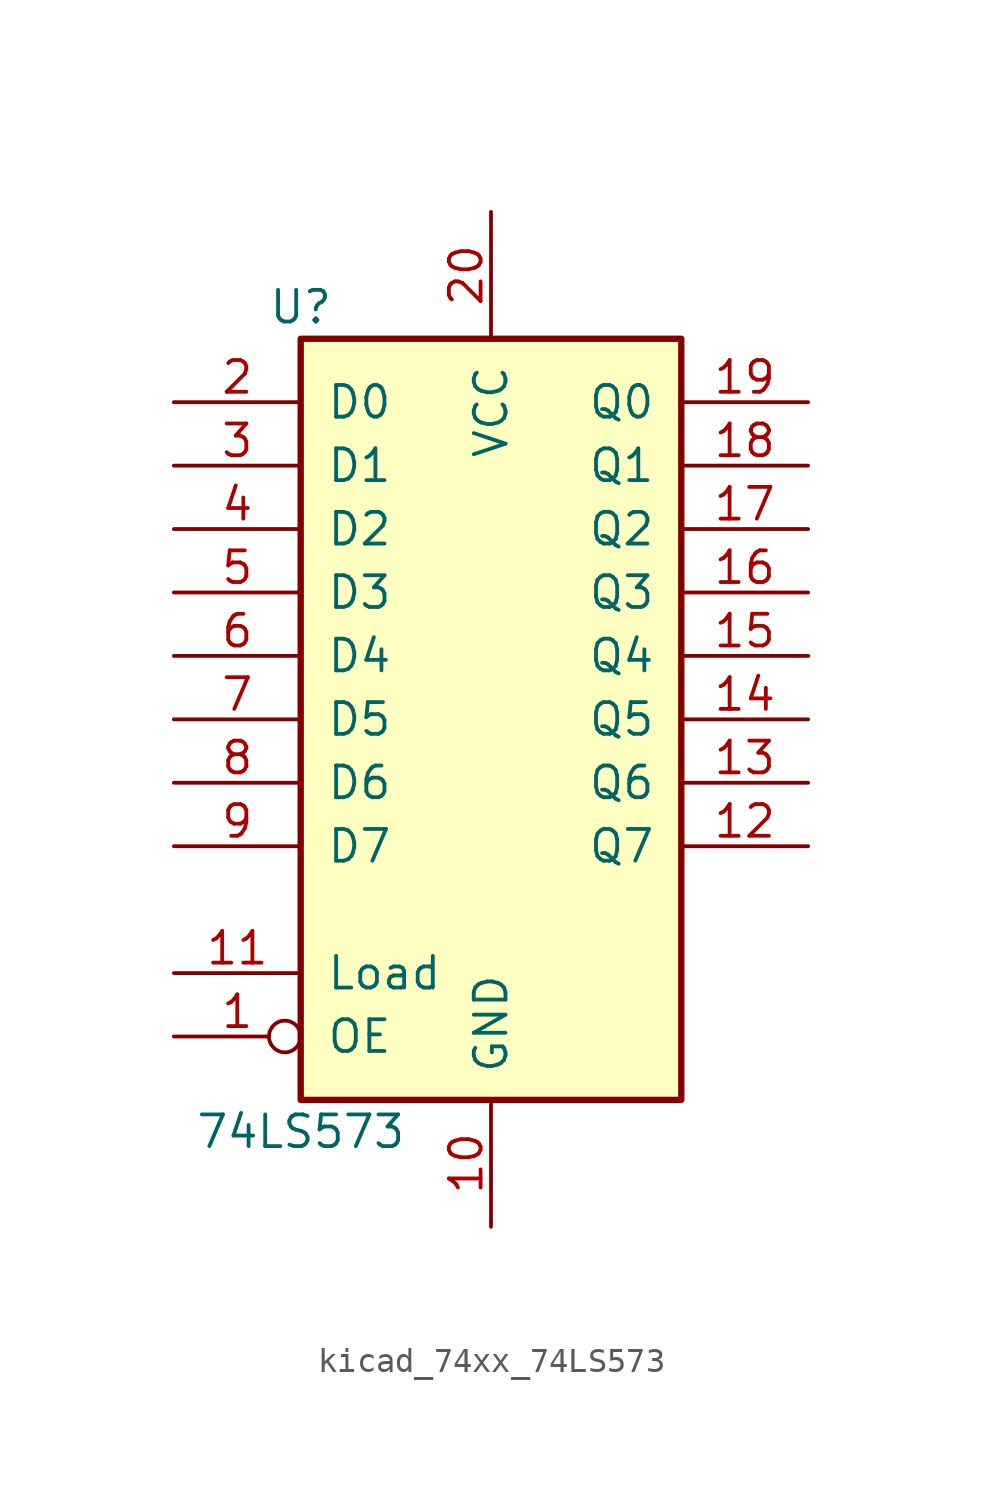
<source format=kicad_sym>
(kicad_symbol_lib
  (version 20220914)
  (generator kicad_symbol_editor)
  (symbol "kicad_74xx_74LS573"
    (pin_names
      (offset 1.016))
    (property "Reference" "U"
      (at -7.62 16.51 0)
      (effects (font (size 1.27 1.27))))
    (property "Value" "74LS573"
      (at -7.62 -16.51 0)
      (effects (font (size 1.27 1.27))))
    (property "ki_locked" ""
      (at 0 0 0)
      (effects (font (size 1.27 1.27))))
    (symbol "kicad_74xx_74LS573_1_0"
      (pin input inverted (at -12.7 -12.7 0) (length 5.08) (name "OE" (effects (font (size 1.27 1.27)))) (number "1" (effects (font (size 1.27 1.27)))))
      (pin power_in line (at 0 -20.32 90) (length 5.08) (name "GND" (effects (font (size 1.27 1.27)))) (number "10" (effects (font (size 1.27 1.27)))))
      (pin input line (at -12.7 -10.16 0) (length 5.08) (name "Load" (effects (font (size 1.27 1.27)))) (number "11" (effects (font (size 1.27 1.27)))))
      (pin tri_state line (at 12.7 -5.08 180) (length 5.08) (name "Q7" (effects (font (size 1.27 1.27)))) (number "12" (effects (font (size 1.27 1.27)))))
      (pin tri_state line (at 12.7 -2.54 180) (length 5.08) (name "Q6" (effects (font (size 1.27 1.27)))) (number "13" (effects (font (size 1.27 1.27)))))
      (pin tri_state line (at 12.7 0 180) (length 5.08) (name "Q5" (effects (font (size 1.27 1.27)))) (number "14" (effects (font (size 1.27 1.27)))))
      (pin tri_state line (at 12.7 2.54 180) (length 5.08) (name "Q4" (effects (font (size 1.27 1.27)))) (number "15" (effects (font (size 1.27 1.27)))))
      (pin tri_state line (at 12.7 5.08 180) (length 5.08) (name "Q3" (effects (font (size 1.27 1.27)))) (number "16" (effects (font (size 1.27 1.27)))))
      (pin tri_state line (at 12.7 7.62 180) (length 5.08) (name "Q2" (effects (font (size 1.27 1.27)))) (number "17" (effects (font (size 1.27 1.27)))))
      (pin tri_state line (at 12.7 10.16 180) (length 5.08) (name "Q1" (effects (font (size 1.27 1.27)))) (number "18" (effects (font (size 1.27 1.27)))))
      (pin tri_state line (at 12.7 12.7 180) (length 5.08) (name "Q0" (effects (font (size 1.27 1.27)))) (number "19" (effects (font (size 1.27 1.27)))))
      (pin input line (at -12.7 12.7 0) (length 5.08) (name "D0" (effects (font (size 1.27 1.27)))) (number "2" (effects (font (size 1.27 1.27)))))
      (pin power_in line (at 0 20.32 270) (length 5.08) (name "VCC" (effects (font (size 1.27 1.27)))) (number "20" (effects (font (size 1.27 1.27)))))
      (pin input line (at -12.7 10.16 0) (length 5.08) (name "D1" (effects (font (size 1.27 1.27)))) (number "3" (effects (font (size 1.27 1.27)))))
      (pin input line (at -12.7 7.62 0) (length 5.08) (name "D2" (effects (font (size 1.27 1.27)))) (number "4" (effects (font (size 1.27 1.27)))))
      (pin input line (at -12.7 5.08 0) (length 5.08) (name "D3" (effects (font (size 1.27 1.27)))) (number "5" (effects (font (size 1.27 1.27)))))
      (pin input line (at -12.7 2.54 0) (length 5.08) (name "D4" (effects (font (size 1.27 1.27)))) (number "6" (effects (font (size 1.27 1.27)))))
      (pin input line (at -12.7 0 0) (length 5.08) (name "D5" (effects (font (size 1.27 1.27)))) (number "7" (effects (font (size 1.27 1.27)))))
      (pin input line (at -12.7 -2.54 0) (length 5.08) (name "D6" (effects (font (size 1.27 1.27)))) (number "8" (effects (font (size 1.27 1.27)))))
      (pin input line (at -12.7 -5.08 0) (length 5.08) (name "D7" (effects (font (size 1.27 1.27)))) (number "9" (effects (font (size 1.27 1.27))))))
    (symbol "kicad_74xx_74LS573_1_1"
      (rectangle (start -7.62 15.24) (end 7.62 -15.24) (stroke (width 0.254) (type default)) (fill (type background))))))
</source>
